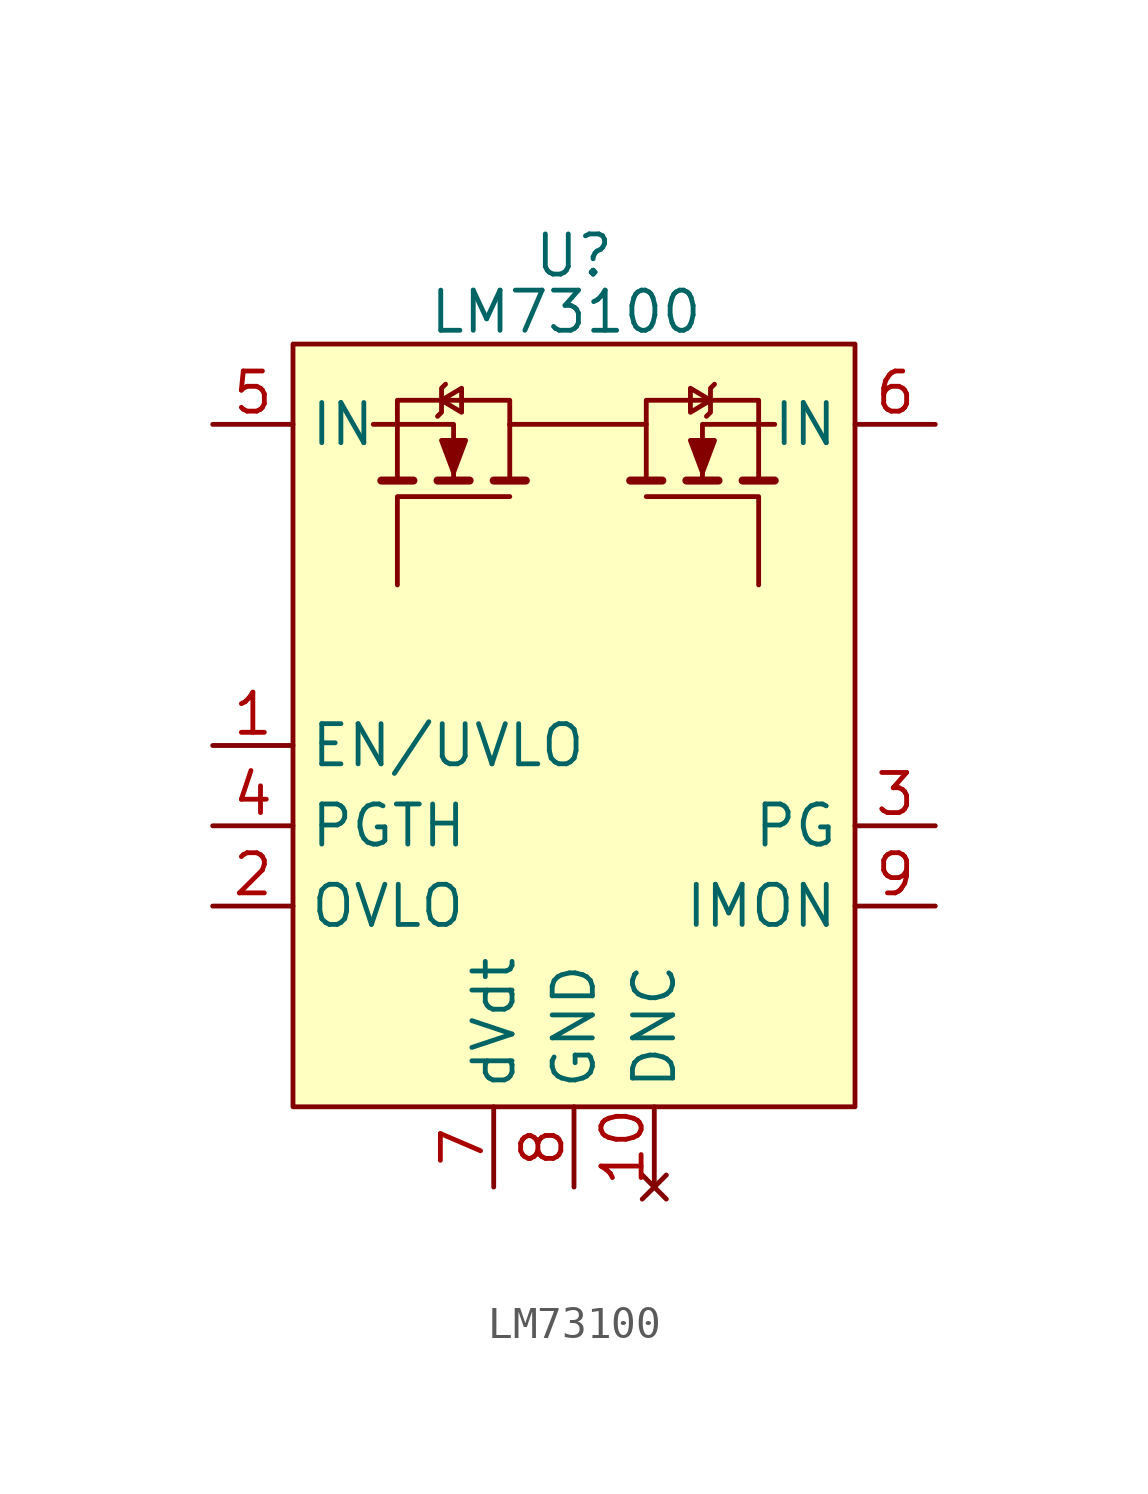
<source format=kicad_sym>
(kicad_symbol_lib
  (version 20231120)
  (generator "kicad_symbol_editor")
  (generator_version "8.0")
  (symbol "LM73100"
    (property "Reference" "U"
      (at 0 2.794 0)
      (effects (font (size 1.27 1.27))))
    (property "Value" "LM73100"
      (at -0.254 1.016 0)
      (effects (font (size 1.27 1.27))))
    (symbol "LM73100_0_1"
      (polyline (pts (xy -6.096 -4.318) (xy -5.08 -4.318)) (stroke (width 0.254) (type default)) (fill (type none)))
      (polyline (pts (xy -4.318 -4.318) (xy -3.302 -4.318)) (stroke (width 0.254) (type default)) (fill (type none)))
      (polyline (pts (xy -2.54 -4.318) (xy -1.524 -4.318)) (stroke (width 0.254) (type default)) (fill (type none)))
      (polyline (pts (xy -2.032 -2.54) (xy -2.032 -2.54)) (stroke (width 0) (type default)) (fill (type none)))
      (polyline (pts (xy 1.778 -4.318) (xy 2.794 -4.318)) (stroke (width 0.254) (type default)) (fill (type none)))
      (polyline (pts (xy 2.286 -2.54) (xy -2.032 -2.54)) (stroke (width 0) (type default)) (fill (type none)))
      (polyline (pts (xy 3.556 -4.318) (xy 4.572 -4.318)) (stroke (width 0.254) (type default)) (fill (type none)))
      (polyline (pts (xy 5.334 -4.318) (xy 6.35 -4.318)) (stroke (width 0.254) (type default)) (fill (type none)))
      (polyline (pts (xy -6.35 -2.54) (xy -3.81 -2.54) (xy -3.81 -4.318)) (stroke (width 0) (type default)) (fill (type none)))
      (polyline (pts (xy -2.032 -4.826) (xy -5.588 -4.826) (xy -5.588 -7.62)) (stroke (width 0) (type default)) (fill (type none)))
      (polyline (pts (xy 2.286 -4.826) (xy 5.842 -4.826) (xy 5.842 -7.62)) (stroke (width 0) (type default)) (fill (type none)))
      (polyline (pts (xy 6.35 -2.54) (xy 4.064 -2.54) (xy 4.064 -4.318)) (stroke (width 0) (type default)) (fill (type none)))
      (polyline (pts (xy -4.318 -2.286) (xy -4.191 -2.159) (xy -4.191 -1.397) (xy -4.064 -1.27)) (stroke (width 0) (type default)) (fill (type none)))
      (polyline (pts (xy -4.191 -1.778) (xy -3.556 -2.159) (xy -3.556 -1.397) (xy -4.191 -1.778)) (stroke (width 0) (type default)) (fill (type none)))
      (polyline (pts (xy -3.81 -4.064) (xy -4.191 -3.048) (xy -3.429 -3.048) (xy -3.81 -4.064)) (stroke (width 0) (type default)) (fill (type outline)))
      (polyline (pts (xy -2.032 -4.318) (xy -2.032 -1.778) (xy -5.588 -1.778) (xy -5.588 -4.318)) (stroke (width 0) (type default)) (fill (type none)))
      (polyline (pts (xy 4.064 -4.064) (xy 3.683 -3.048) (xy 4.445 -3.048) (xy 4.064 -4.064)) (stroke (width 0) (type default)) (fill (type outline)))
      (polyline (pts (xy 4.318 -1.778) (xy 3.683 -1.397) (xy 3.683 -2.159) (xy 4.318 -1.778)) (stroke (width 0) (type default)) (fill (type none)))
      (polyline (pts (xy 4.445 -1.27) (xy 4.318 -1.397) (xy 4.318 -2.159) (xy 4.191 -2.286)) (stroke (width 0) (type default)) (fill (type none)))
      (polyline (pts (xy 5.842 -4.318) (xy 5.842 -1.778) (xy 2.286 -1.778) (xy 2.286 -4.318)) (stroke (width 0) (type default)) (fill (type none))))
    (symbol "LM73100_1_0"
      (pin input line (at -11.43 -12.7 0) (length 2.54) (name "EN/UVLO" (effects (font (size 1.27 1.27)))) (number "1" (effects (font (size 1.27 1.27)))))
      (pin no_connect line (at 2.54 -26.67 90) (length 2.54) (name "DNC" (effects (font (size 1.27 1.27)))) (number "10" (effects (font (size 1.27 1.27)))))
      (pin input line (at -11.43 -17.78 0) (length 2.54) (name "OVLO" (effects (font (size 1.27 1.27)))) (number "2" (effects (font (size 1.27 1.27)))))
      (pin output line (at 11.43 -15.24 180) (length 2.54) (name "PG" (effects (font (size 1.27 1.27)))) (number "3" (effects (font (size 1.27 1.27)))))
      (pin input line (at -11.43 -15.24 0) (length 2.54) (name "PGTH" (effects (font (size 1.27 1.27)))) (number "4" (effects (font (size 1.27 1.27)))))
      (pin power_in line (at -11.43 -2.54 0) (length 2.54) (name "IN" (effects (font (size 1.27 1.27)))) (number "5" (effects (font (size 1.27 1.27)))))
      (pin power_in line (at 11.43 -2.54 180) (length 2.54) (name "IN" (effects (font (size 1.27 1.27)))) (number "6" (effects (font (size 1.27 1.27)))))
      (pin output line (at -2.54 -26.67 90) (length 2.54) (name "dVdt" (effects (font (size 1.27 1.27)))) (number "7" (effects (font (size 1.27 1.27)))))
      (pin power_in line (at 0 -26.67 90) (length 2.54) (name "GND" (effects (font (size 1.27 1.27)))) (number "8" (effects (font (size 1.27 1.27)))))
      (pin input line (at 11.43 -17.78 180) (length 2.54) (name "IMON" (effects (font (size 1.27 1.27)))) (number "9" (effects (font (size 1.27 1.27))))))
    (symbol "LM73100_1_1"
      (rectangle (start -8.89 0) (end 8.89 -24.13) (stroke (width 0) (type default)) (fill (type background))))))
</source>
